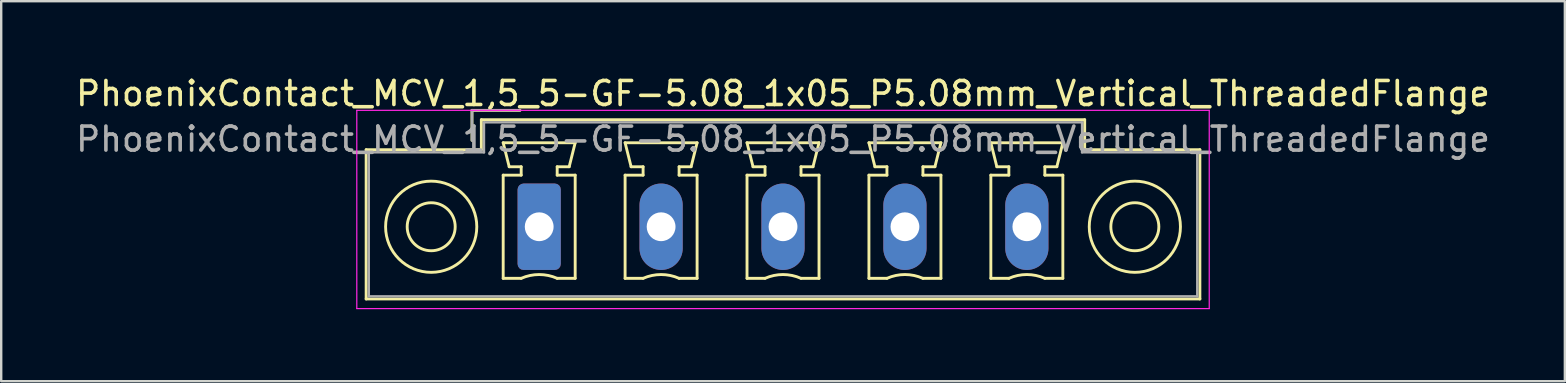
<source format=kicad_pcb>
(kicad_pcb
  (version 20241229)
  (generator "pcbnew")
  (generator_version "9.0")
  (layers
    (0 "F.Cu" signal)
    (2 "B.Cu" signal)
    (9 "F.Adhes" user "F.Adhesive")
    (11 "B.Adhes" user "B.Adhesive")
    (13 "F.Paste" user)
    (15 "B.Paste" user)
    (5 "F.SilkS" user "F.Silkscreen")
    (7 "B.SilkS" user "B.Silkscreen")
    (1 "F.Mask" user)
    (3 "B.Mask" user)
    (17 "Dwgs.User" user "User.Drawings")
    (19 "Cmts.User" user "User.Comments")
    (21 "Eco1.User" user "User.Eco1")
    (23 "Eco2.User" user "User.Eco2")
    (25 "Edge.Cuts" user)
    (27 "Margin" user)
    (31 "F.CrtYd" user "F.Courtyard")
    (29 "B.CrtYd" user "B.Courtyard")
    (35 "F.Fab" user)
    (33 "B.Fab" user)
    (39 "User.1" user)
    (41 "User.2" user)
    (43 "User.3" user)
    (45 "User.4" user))
  (footprint "PhoenixContact_MCV_1,5_5-GF-5.08_1x05_P5.08mm_Vertical_ThreadedFlange"
    (layer "F.Cu")
    (at 19.417 6.398)
    (property "Reference" "PhoenixContact_MCV_1,5_5-GF-5.08_1x05_P5.08mm_Vertical_ThreadedFlange" (at 10.16 -5.55 0) (layer "F.SilkS") (effects (font (size 1 1) (thickness 0.15))))
    (attr through_hole)
    (fp_line (start -7.21 -3.21) (end -7.21 3.01) (stroke (width 0.12) (type solid)) (layer "F.SilkS"))
    (fp_line (start -7.21 3.01) (end 27.53 3.01) (stroke (width 0.12) (type solid)) (layer "F.SilkS"))
    (fp_line (start -2.8 -4.85) (end -0.8 -4.85) (stroke (width 0.12) (type solid)) (layer "F.SilkS"))
    (fp_line (start -2.8 -3.6) (end -2.8 -4.85) (stroke (width 0.12) (type solid)) (layer "F.SilkS"))
    (fp_line (start -2.41 -4.46) (end -2.41 -3.21) (stroke (width 0.12) (type solid)) (layer "F.SilkS"))
    (fp_line (start -2.41 -3.21) (end -7.21 -3.21) (stroke (width 0.12) (type solid)) (layer "F.SilkS"))
    (fp_line (start -1.5 -3.5) (end 1.5 -3.5) (stroke (width 0.12) (type solid)) (layer "F.SilkS"))
    (fp_line (start -1.5 -2.15) (end -0.75 -2.15) (stroke (width 0.12) (type solid)) (layer "F.SilkS"))
    (fp_line (start -1.5 2.15) (end -1.5 -2.15) (stroke (width 0.12) (type solid)) (layer "F.SilkS"))
    (fp_line (start -1.25 -2.5) (end -1.5 -3.5) (stroke (width 0.12) (type solid)) (layer "F.SilkS"))
    (fp_line (start -0.75 -2.5) (end -1.25 -2.5) (stroke (width 0.12) (type solid)) (layer "F.SilkS"))
    (fp_line (start -0.75 -2.15) (end -0.75 -2.5) (stroke (width 0.12) (type solid)) (layer "F.SilkS"))
    (fp_line (start -0.75 2.15) (end -1.5 2.15) (stroke (width 0.12) (type solid)) (layer "F.SilkS"))
    (fp_line (start 0.75 -2.5) (end 0.75 -2.15) (stroke (width 0.12) (type solid)) (layer "F.SilkS"))
    (fp_line (start 0.75 -2.15) (end 1.5 -2.15) (stroke (width 0.12) (type solid)) (layer "F.SilkS"))
    (fp_line (start 1.25 -2.5) (end 0.75 -2.5) (stroke (width 0.12) (type solid)) (layer "F.SilkS"))
    (fp_line (start 1.5 -3.5) (end 1.25 -2.5) (stroke (width 0.12) (type solid)) (layer "F.SilkS"))
    (fp_line (start 1.5 -2.15) (end 1.5 2.15) (stroke (width 0.12) (type solid)) (layer "F.SilkS"))
    (fp_line (start 1.5 2.15) (end 0.75 2.15) (stroke (width 0.12) (type solid)) (layer "F.SilkS"))
    (fp_line (start 3.58 -3.5) (end 6.58 -3.5) (stroke (width 0.12) (type solid)) (layer "F.SilkS"))
    (fp_line (start 3.58 -2.15) (end 4.33 -2.15) (stroke (width 0.12) (type solid)) (layer "F.SilkS"))
    (fp_line (start 3.58 2.15) (end 3.58 -2.15) (stroke (width 0.12) (type solid)) (layer "F.SilkS"))
    (fp_line (start 3.83 -2.5) (end 3.58 -3.5) (stroke (width 0.12) (type solid)) (layer "F.SilkS"))
    (fp_line (start 4.33 -2.5) (end 3.83 -2.5) (stroke (width 0.12) (type solid)) (layer "F.SilkS"))
    (fp_line (start 4.33 -2.15) (end 4.33 -2.5) (stroke (width 0.12) (type solid)) (layer "F.SilkS"))
    (fp_line (start 4.33 2.15) (end 3.58 2.15) (stroke (width 0.12) (type solid)) (layer "F.SilkS"))
    (fp_line (start 5.83 -2.5) (end 5.83 -2.15) (stroke (width 0.12) (type solid)) (layer "F.SilkS"))
    (fp_line (start 5.83 -2.15) (end 6.58 -2.15) (stroke (width 0.12) (type solid)) (layer "F.SilkS"))
    (fp_line (start 6.33 -2.5) (end 5.83 -2.5) (stroke (width 0.12) (type solid)) (layer "F.SilkS"))
    (fp_line (start 6.58 -3.5) (end 6.33 -2.5) (stroke (width 0.12) (type solid)) (layer "F.SilkS"))
    (fp_line (start 6.58 -2.15) (end 6.58 2.15) (stroke (width 0.12) (type solid)) (layer "F.SilkS"))
    (fp_line (start 6.58 2.15) (end 5.83 2.15) (stroke (width 0.12) (type solid)) (layer "F.SilkS"))
    (fp_line (start 8.66 -3.5) (end 11.66 -3.5) (stroke (width 0.12) (type solid)) (layer "F.SilkS"))
    (fp_line (start 8.66 -2.15) (end 9.41 -2.15) (stroke (width 0.12) (type solid)) (layer "F.SilkS"))
    (fp_line (start 8.66 2.15) (end 8.66 -2.15) (stroke (width 0.12) (type solid)) (layer "F.SilkS"))
    (fp_line (start 8.91 -2.5) (end 8.66 -3.5) (stroke (width 0.12) (type solid)) (layer "F.SilkS"))
    (fp_line (start 9.41 -2.5) (end 8.91 -2.5) (stroke (width 0.12) (type solid)) (layer "F.SilkS"))
    (fp_line (start 9.41 -2.15) (end 9.41 -2.5) (stroke (width 0.12) (type solid)) (layer "F.SilkS"))
    (fp_line (start 9.41 2.15) (end 8.66 2.15) (stroke (width 0.12) (type solid)) (layer "F.SilkS"))
    (fp_line (start 10.91 -2.5) (end 10.91 -2.15) (stroke (width 0.12) (type solid)) (layer "F.SilkS"))
    (fp_line (start 10.91 -2.15) (end 11.66 -2.15) (stroke (width 0.12) (type solid)) (layer "F.SilkS"))
    (fp_line (start 11.41 -2.5) (end 10.91 -2.5) (stroke (width 0.12) (type solid)) (layer "F.SilkS"))
    (fp_line (start 11.66 -3.5) (end 11.41 -2.5) (stroke (width 0.12) (type solid)) (layer "F.SilkS"))
    (fp_line (start 11.66 -2.15) (end 11.66 2.15) (stroke (width 0.12) (type solid)) (layer "F.SilkS"))
    (fp_line (start 11.66 2.15) (end 10.91 2.15) (stroke (width 0.12) (type solid)) (layer "F.SilkS"))
    (fp_line (start 13.74 -3.5) (end 16.74 -3.5) (stroke (width 0.12) (type solid)) (layer "F.SilkS"))
    (fp_line (start 13.74 -2.15) (end 14.49 -2.15) (stroke (width 0.12) (type solid)) (layer "F.SilkS"))
    (fp_line (start 13.74 2.15) (end 13.74 -2.15) (stroke (width 0.12) (type solid)) (layer "F.SilkS"))
    (fp_line (start 13.99 -2.5) (end 13.74 -3.5) (stroke (width 0.12) (type solid)) (layer "F.SilkS"))
    (fp_line (start 14.49 -2.5) (end 13.99 -2.5) (stroke (width 0.12) (type solid)) (layer "F.SilkS"))
    (fp_line (start 14.49 -2.15) (end 14.49 -2.5) (stroke (width 0.12) (type solid)) (layer "F.SilkS"))
    (fp_line (start 14.49 2.15) (end 13.74 2.15) (stroke (width 0.12) (type solid)) (layer "F.SilkS"))
    (fp_line (start 15.99 -2.5) (end 15.99 -2.15) (stroke (width 0.12) (type solid)) (layer "F.SilkS"))
    (fp_line (start 15.99 -2.15) (end 16.74 -2.15) (stroke (width 0.12) (type solid)) (layer "F.SilkS"))
    (fp_line (start 16.49 -2.5) (end 15.99 -2.5) (stroke (width 0.12) (type solid)) (layer "F.SilkS"))
    (fp_line (start 16.74 -3.5) (end 16.49 -2.5) (stroke (width 0.12) (type solid)) (layer "F.SilkS"))
    (fp_line (start 16.74 -2.15) (end 16.74 2.15) (stroke (width 0.12) (type solid)) (layer "F.SilkS"))
    (fp_line (start 16.74 2.15) (end 15.99 2.15) (stroke (width 0.12) (type solid)) (layer "F.SilkS"))
    (fp_line (start 18.82 -3.5) (end 21.82 -3.5) (stroke (width 0.12) (type solid)) (layer "F.SilkS"))
    (fp_line (start 18.82 -2.15) (end 19.57 -2.15) (stroke (width 0.12) (type solid)) (layer "F.SilkS"))
    (fp_line (start 18.82 2.15) (end 18.82 -2.15) (stroke (width 0.12) (type solid)) (layer "F.SilkS"))
    (fp_line (start 19.07 -2.5) (end 18.82 -3.5) (stroke (width 0.12) (type solid)) (layer "F.SilkS"))
    (fp_line (start 19.57 -2.5) (end 19.07 -2.5) (stroke (width 0.12) (type solid)) (layer "F.SilkS"))
    (fp_line (start 19.57 -2.15) (end 19.57 -2.5) (stroke (width 0.12) (type solid)) (layer "F.SilkS"))
    (fp_line (start 19.57 2.15) (end 18.82 2.15) (stroke (width 0.12) (type solid)) (layer "F.SilkS"))
    (fp_line (start 21.07 -2.5) (end 21.07 -2.15) (stroke (width 0.12) (type solid)) (layer "F.SilkS"))
    (fp_line (start 21.07 -2.15) (end 21.82 -2.15) (stroke (width 0.12) (type solid)) (layer "F.SilkS"))
    (fp_line (start 21.57 -2.5) (end 21.07 -2.5) (stroke (width 0.12) (type solid)) (layer "F.SilkS"))
    (fp_line (start 21.82 -3.5) (end 21.57 -2.5) (stroke (width 0.12) (type solid)) (layer "F.SilkS"))
    (fp_line (start 21.82 -2.15) (end 21.82 2.15) (stroke (width 0.12) (type solid)) (layer "F.SilkS"))
    (fp_line (start 21.82 2.15) (end 21.07 2.15) (stroke (width 0.12) (type solid)) (layer "F.SilkS"))
    (fp_line (start 22.73 -4.46) (end -2.41 -4.46) (stroke (width 0.12) (type solid)) (layer "F.SilkS"))
    (fp_line (start 22.73 -3.21) (end 22.73 -4.46) (stroke (width 0.12) (type solid)) (layer "F.SilkS"))
    (fp_line (start 27.53 -3.21) (end 22.73 -3.21) (stroke (width 0.12) (type solid)) (layer "F.SilkS"))
    (fp_line (start 27.53 3.01) (end 27.53 -3.21) (stroke (width 0.12) (type solid)) (layer "F.SilkS"))
    (fp_arc (start -0.75 2.15) (mid -0.000193 1.99191) (end 0.749647 2.149844) (stroke (width 0.12) (type solid)) (layer "F.SilkS"))
    (fp_arc (start 4.33 2.15) (mid 5.079807 1.99191) (end 5.829647 2.149844) (stroke (width 0.12) (type solid)) (layer "F.SilkS"))
    (fp_arc (start 9.41 2.15) (mid 10.159807 1.99191) (end 10.909647 2.149844) (stroke (width 0.12) (type solid)) (layer "F.SilkS"))
    (fp_arc (start 14.49 2.15) (mid 15.239807 1.99191) (end 15.989647 2.149844) (stroke (width 0.12) (type solid)) (layer "F.SilkS"))
    (fp_arc (start 19.57 2.15) (mid 20.319807 1.99191) (end 21.069647 2.149844) (stroke (width 0.12) (type solid)) (layer "F.SilkS"))
    (fp_circle (center -4.5 0) (end -3.5 0) (stroke (width 0.12) (type solid)) (fill no) (layer "F.SilkS"))
    (fp_circle (center -4.5 0) (end -2.6 0) (stroke (width 0.12) (type solid)) (fill no) (layer "F.SilkS"))
    (fp_circle (center 24.82 0) (end 25.82 0) (stroke (width 0.12) (type solid)) (fill no) (layer "F.SilkS"))
    (fp_circle (center 24.82 0) (end 26.72 0) (stroke (width 0.12) (type solid)) (fill no) (layer "F.SilkS"))
    (fp_line (start -7.6 -4.85) (end -7.6 3.41) (stroke (width 0.05) (type solid)) (layer "F.CrtYd"))
    (fp_line (start -7.6 3.41) (end 27.92 3.41) (stroke (width 0.05) (type solid)) (layer "F.CrtYd"))
    (fp_line (start 27.92 -4.85) (end -7.6 -4.85) (stroke (width 0.05) (type solid)) (layer "F.CrtYd"))
    (fp_line (start 27.92 3.41) (end 27.92 -4.85) (stroke (width 0.05) (type solid)) (layer "F.CrtYd"))
    (fp_line (start -7.1 -3.1) (end -7.1 2.9) (stroke (width 0.1) (type solid)) (layer "F.Fab"))
    (fp_line (start -7.1 2.9) (end 27.42 2.9) (stroke (width 0.1) (type solid)) (layer "F.Fab"))
    (fp_line (start -2.8 -4.85) (end -0.8 -4.85) (stroke (width 0.1) (type solid)) (layer "F.Fab"))
    (fp_line (start -2.8 -3.6) (end -2.8 -4.85) (stroke (width 0.1) (type solid)) (layer "F.Fab"))
    (fp_line (start -2.3 -4.35) (end -2.3 -3.1) (stroke (width 0.1) (type solid)) (layer "F.Fab"))
    (fp_line (start -2.3 -3.1) (end -7.1 -3.1) (stroke (width 0.1) (type solid)) (layer "F.Fab"))
    (fp_line (start 22.62 -4.35) (end -2.3 -4.35) (stroke (width 0.1) (type solid)) (layer "F.Fab"))
    (fp_line (start 22.62 -3.1) (end 22.62 -4.35) (stroke (width 0.1) (type solid)) (layer "F.Fab"))
    (fp_line (start 27.42 -3.1) (end 22.62 -3.1) (stroke (width 0.1) (type solid)) (layer "F.Fab"))
    (fp_line (start 27.42 2.9) (end 27.42 -3.1) (stroke (width 0.1) (type solid)) (layer "F.Fab"))
    (fp_text user "${REFERENCE}" (at 10.16 -3.65 0) (layer "F.Fab") (effects (font (size 1 1) (thickness 0.15))))
    (pad "1" thru_hole roundrect (at 0 0) (size 1.8 3.6) (drill 1.2) (layers "*.Cu" "*.Mask") (roundrect_rratio 0.139))
    (pad "2" thru_hole oval (at 5.08 0) (size 1.8 3.6) (drill 1.2) (layers "*.Cu" "*.Mask"))
    (pad "3" thru_hole oval (at 10.16 0) (size 1.8 3.6) (drill 1.2) (layers "*.Cu" "*.Mask"))
    (pad "4" thru_hole oval (at 15.24 0) (size 1.8 3.6) (drill 1.2) (layers "*.Cu" "*.Mask"))
    (pad "5" thru_hole oval (at 20.32 0) (size 1.8 3.6) (drill 1.2) (layers "*.Cu" "*.Mask")))
  (gr_rect
    (start -3 -3)
    (end 62.155 12.833)
    (stroke (width 0.1) (type default))
    (fill no)
    (layer "Edge.Cuts")))
</source>
